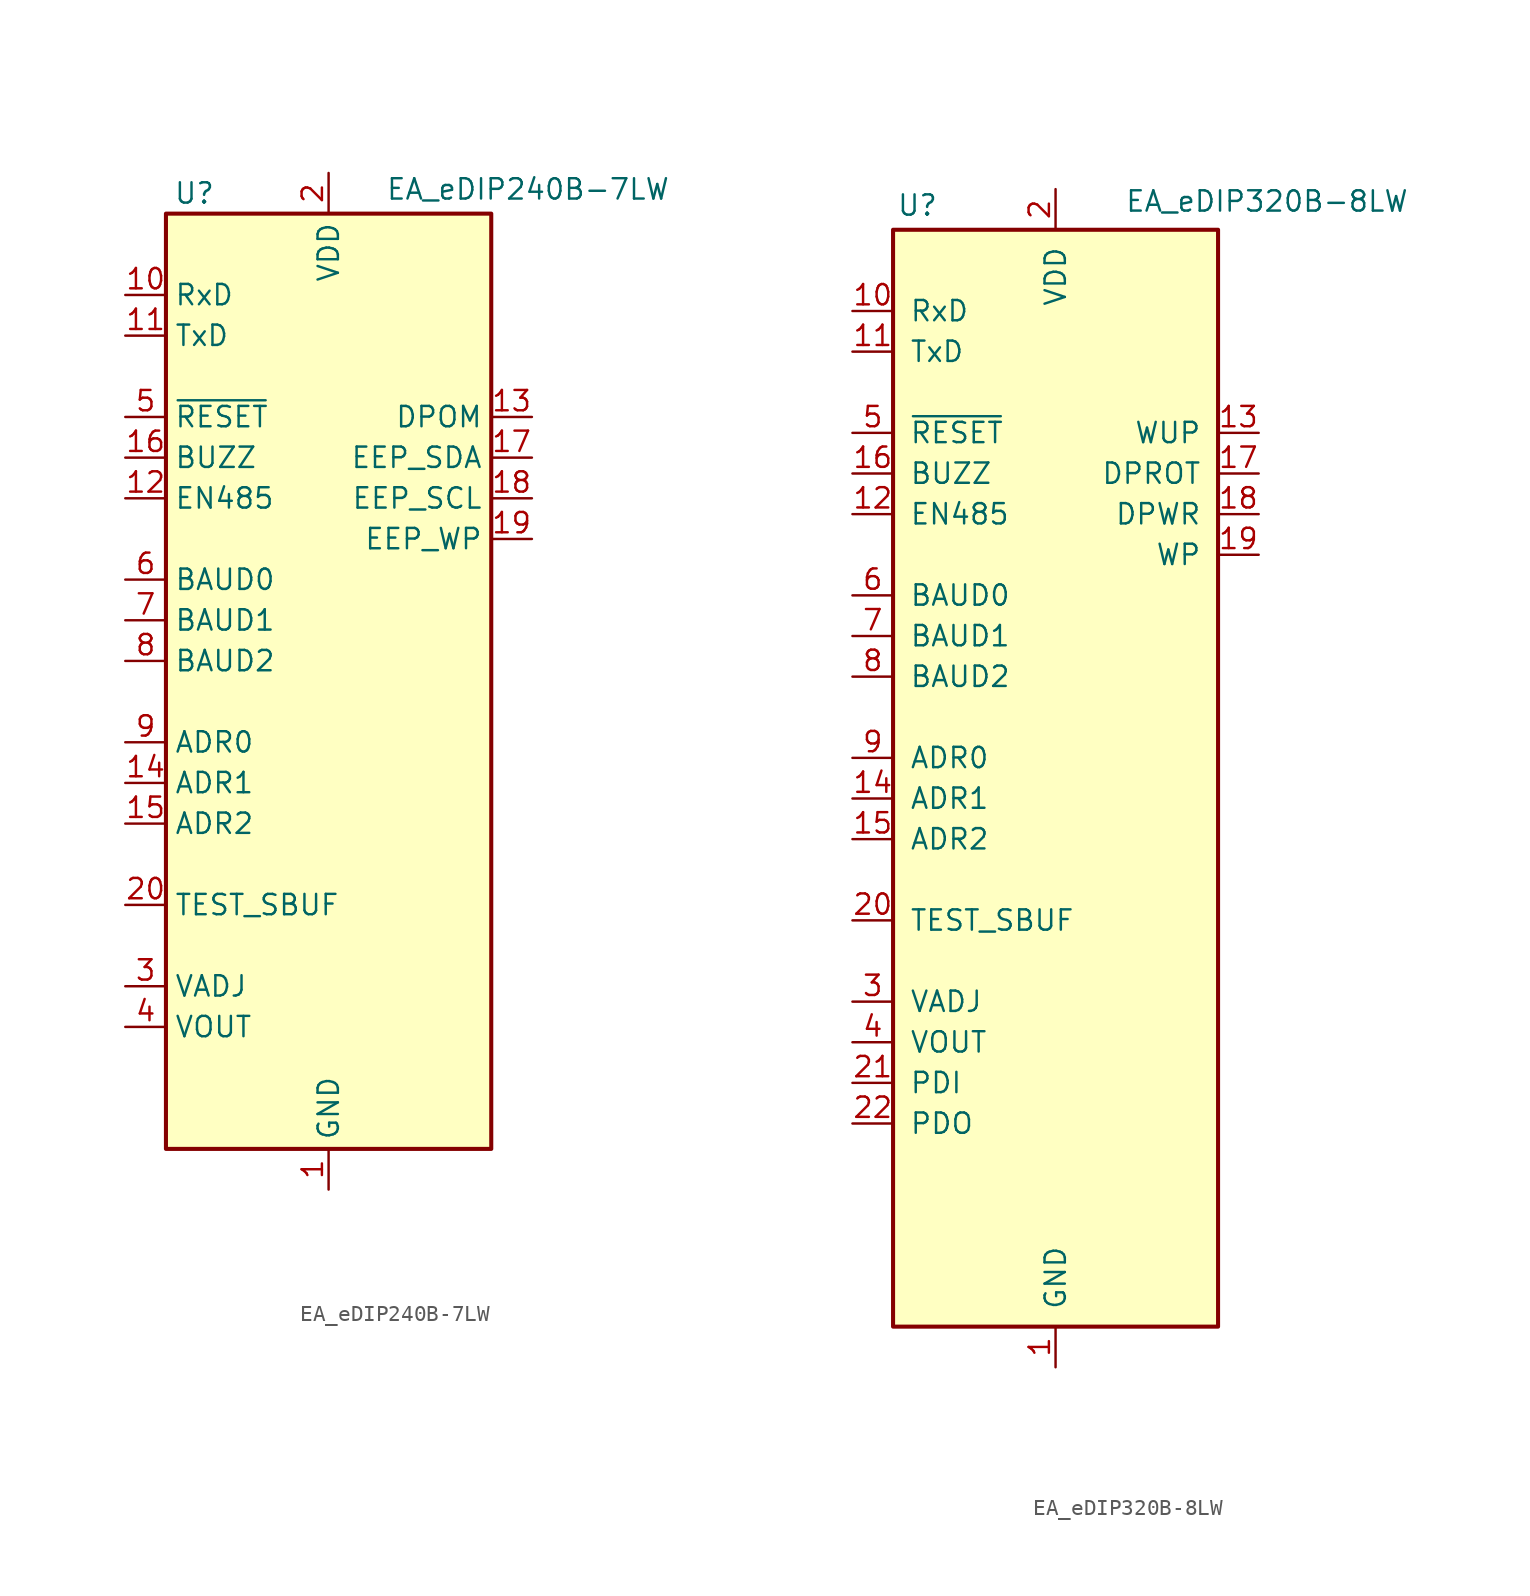
<source format=kicad_sym>
(kicad_symbol_lib
  (version 20231120)
  (generator "kicad_symbol_editor")
  (generator_version "8.0")
  (symbol "EA_eDIP240B-7LW"
    (property "Reference" "U"
      (at -8.382 29.21 0)
      (effects (font (size 1.27 1.27))))
    (property "Value" "EA_eDIP240B-7LW"
      (at 3.556 29.464 0)
      (effects (font (size 1.27 1.27)) (justify left)))
    (symbol "EA_eDIP240B-7LW_0_1"
      (rectangle (start -10.16 27.94) (end 10.16 -30.48) (stroke (width 0.254) (type default)) (fill (type background))))
    (symbol "EA_eDIP240B-7LW_1_1"
      (pin power_in line (at 0 -33.02 90) (length 2.54) (name "GND" (effects (font (size 1.27 1.27)))) (number "1" (effects (font (size 1.27 1.27)))))
      (pin input line (at -12.7 22.86 0) (length 2.54) (name "RxD" (effects (font (size 1.27 1.27)))) (number "10" (effects (font (size 1.27 1.27)))))
      (pin output line (at -12.7 20.32 0) (length 2.54) (name "TxD" (effects (font (size 1.27 1.27)))) (number "11" (effects (font (size 1.27 1.27)))))
      (pin output line (at -12.7 10.16 0) (length 2.54) (name "EN485" (effects (font (size 1.27 1.27)))) (number "12" (effects (font (size 1.27 1.27)))))
      (pin input line (at 12.7 15.24 180) (length 2.54) (name "DPOM" (effects (font (size 1.27 1.27)))) (number "13" (effects (font (size 1.27 1.27)))))
      (pin input line (at -12.7 -7.62 0) (length 2.54) (name "ADR1" (effects (font (size 1.27 1.27)))) (number "14" (effects (font (size 1.27 1.27)))))
      (pin input line (at -12.7 -10.16 0) (length 2.54) (name "ADR2" (effects (font (size 1.27 1.27)))) (number "15" (effects (font (size 1.27 1.27)))))
      (pin output line (at -12.7 12.7 0) (length 2.54) (name "BUZZ" (effects (font (size 1.27 1.27)))) (number "16" (effects (font (size 1.27 1.27)))))
      (pin bidirectional line (at 12.7 12.7 180) (length 2.54) (name "EEP_SDA" (effects (font (size 1.27 1.27)))) (number "17" (effects (font (size 1.27 1.27)))))
      (pin output line (at 12.7 10.16 180) (length 2.54) (name "EEP_SCL" (effects (font (size 1.27 1.27)))) (number "18" (effects (font (size 1.27 1.27)))))
      (pin input line (at 12.7 7.62 180) (length 2.54) (name "EEP_WP" (effects (font (size 1.27 1.27)))) (number "19" (effects (font (size 1.27 1.27)))))
      (pin power_in line (at 0 30.48 270) (length 2.54) (name "VDD" (effects (font (size 1.27 1.27)))) (number "2" (effects (font (size 1.27 1.27)))))
      (pin open_collector line (at -12.7 -15.24 0) (length 2.54) (name "TEST_SBUF" (effects (font (size 1.27 1.27)))) (number "20" (effects (font (size 1.27 1.27)))))
      (pin no_connect line (at -10.16 -25.4 0) (length 2.54) hide (name "NC" (effects (font (size 1.27 1.27)))) (number "21" (effects (font (size 1.27 1.27)))))
      (pin no_connect line (at -10.16 -27.94 0) (length 2.54) hide (name "NC" (effects (font (size 1.27 1.27)))) (number "22" (effects (font (size 1.27 1.27)))))
      (pin no_connect line (at 10.16 25.4 180) (length 2.54) hide (name "NC" (effects (font (size 1.27 1.27)))) (number "23" (effects (font (size 1.27 1.27)))))
      (pin no_connect line (at 10.16 22.86 180) (length 2.54) hide (name "NC" (effects (font (size 1.27 1.27)))) (number "24" (effects (font (size 1.27 1.27)))))
      (pin no_connect line (at 10.16 20.32 180) (length 2.54) hide (name "NC" (effects (font (size 1.27 1.27)))) (number "25" (effects (font (size 1.27 1.27)))))
      (pin no_connect line (at 10.16 17.78 180) (length 2.54) hide (name "NC" (effects (font (size 1.27 1.27)))) (number "26" (effects (font (size 1.27 1.27)))))
      (pin no_connect line (at 10.16 5.08 180) (length 2.54) hide (name "NC" (effects (font (size 1.27 1.27)))) (number "27" (effects (font (size 1.27 1.27)))))
      (pin no_connect line (at 10.16 2.54 180) (length 2.54) hide (name "NC" (effects (font (size 1.27 1.27)))) (number "28" (effects (font (size 1.27 1.27)))))
      (pin no_connect line (at 10.16 0 180) (length 2.54) hide (name "NC" (effects (font (size 1.27 1.27)))) (number "29" (effects (font (size 1.27 1.27)))))
      (pin input line (at -12.7 -20.32 0) (length 2.54) (name "VADJ" (effects (font (size 1.27 1.27)))) (number "3" (effects (font (size 1.27 1.27)))))
      (pin no_connect line (at 10.16 -2.54 180) (length 2.54) hide (name "NC" (effects (font (size 1.27 1.27)))) (number "30" (effects (font (size 1.27 1.27)))))
      (pin no_connect line (at 10.16 -5.08 180) (length 2.54) hide (name "NC" (effects (font (size 1.27 1.27)))) (number "31" (effects (font (size 1.27 1.27)))))
      (pin no_connect line (at 10.16 -7.62 180) (length 2.54) hide (name "NC" (effects (font (size 1.27 1.27)))) (number "32" (effects (font (size 1.27 1.27)))))
      (pin no_connect line (at 10.16 -10.16 180) (length 2.54) hide (name "NC" (effects (font (size 1.27 1.27)))) (number "33" (effects (font (size 1.27 1.27)))))
      (pin no_connect line (at 10.16 -12.7 180) (length 2.54) hide (name "NC" (effects (font (size 1.27 1.27)))) (number "34" (effects (font (size 1.27 1.27)))))
      (pin no_connect line (at 10.16 -15.24 180) (length 2.54) hide (name "NC" (effects (font (size 1.27 1.27)))) (number "35" (effects (font (size 1.27 1.27)))))
      (pin no_connect line (at 10.16 -17.78 180) (length 2.54) hide (name "NC" (effects (font (size 1.27 1.27)))) (number "36" (effects (font (size 1.27 1.27)))))
      (pin no_connect line (at 10.16 -20.32 180) (length 2.54) hide (name "NC" (effects (font (size 1.27 1.27)))) (number "37" (effects (font (size 1.27 1.27)))))
      (pin no_connect line (at 10.16 -22.86 180) (length 2.54) hide (name "NC" (effects (font (size 1.27 1.27)))) (number "38" (effects (font (size 1.27 1.27)))))
      (pin no_connect line (at 10.16 -25.4 180) (length 2.54) hide (name "NC" (effects (font (size 1.27 1.27)))) (number "39" (effects (font (size 1.27 1.27)))))
      (pin output line (at -12.7 -22.86 0) (length 2.54) (name "VOUT" (effects (font (size 1.27 1.27)))) (number "4" (effects (font (size 1.27 1.27)))))
      (pin no_connect line (at 10.16 -27.94 180) (length 2.54) hide (name "NC" (effects (font (size 1.27 1.27)))) (number "40" (effects (font (size 1.27 1.27)))))
      (pin input line (at -12.7 15.24 0) (length 2.54) (name "~{RESET}" (effects (font (size 1.27 1.27)))) (number "5" (effects (font (size 1.27 1.27)))))
      (pin input line (at -12.7 5.08 0) (length 2.54) (name "BAUD0" (effects (font (size 1.27 1.27)))) (number "6" (effects (font (size 1.27 1.27)))))
      (pin input line (at -12.7 2.54 0) (length 2.54) (name "BAUD1" (effects (font (size 1.27 1.27)))) (number "7" (effects (font (size 1.27 1.27)))))
      (pin input line (at -12.7 0 0) (length 2.54) (name "BAUD2" (effects (font (size 1.27 1.27)))) (number "8" (effects (font (size 1.27 1.27)))))
      (pin input line (at -12.7 -5.08 0) (length 2.54) (name "ADR0" (effects (font (size 1.27 1.27)))) (number "9" (effects (font (size 1.27 1.27)))))))
  (symbol "EA_eDIP320B-8LW"
    (pin_names
      (offset 1.016))
    (property "Reference" "U"
      (at -8.636 29.464 0)
      (effects (font (size 1.27 1.27))))
    (property "Value" "EA_eDIP320B-8LW"
      (at 4.318 29.718 0)
      (effects (font (size 1.27 1.27)) (justify left)))
    (symbol "EA_eDIP320B-8LW_0_1"
      (rectangle (start -10.16 27.94) (end 10.16 -40.64) (stroke (width 0.254) (type default)) (fill (type background))))
    (symbol "EA_eDIP320B-8LW_1_1"
      (pin power_in line (at 0 -43.18 90) (length 2.54) (name "GND" (effects (font (size 1.27 1.27)))) (number "1" (effects (font (size 1.27 1.27)))))
      (pin input line (at -12.7 22.86 0) (length 2.54) (name "RxD" (effects (font (size 1.27 1.27)))) (number "10" (effects (font (size 1.27 1.27)))))
      (pin output line (at -12.7 20.32 0) (length 2.54) (name "TxD" (effects (font (size 1.27 1.27)))) (number "11" (effects (font (size 1.27 1.27)))))
      (pin output line (at -12.7 10.16 0) (length 2.54) (name "EN485" (effects (font (size 1.27 1.27)))) (number "12" (effects (font (size 1.27 1.27)))))
      (pin input line (at 12.7 15.24 180) (length 2.54) (name "WUP" (effects (font (size 1.27 1.27)))) (number "13" (effects (font (size 1.27 1.27)))))
      (pin input line (at -12.7 -7.62 0) (length 2.54) (name "ADR1" (effects (font (size 1.27 1.27)))) (number "14" (effects (font (size 1.27 1.27)))))
      (pin input line (at -12.7 -10.16 0) (length 2.54) (name "ADR2" (effects (font (size 1.27 1.27)))) (number "15" (effects (font (size 1.27 1.27)))))
      (pin output line (at -12.7 12.7 0) (length 2.54) (name "BUZZ" (effects (font (size 1.27 1.27)))) (number "16" (effects (font (size 1.27 1.27)))))
      (pin input line (at 12.7 12.7 180) (length 2.54) (name "DPROT" (effects (font (size 1.27 1.27)))) (number "17" (effects (font (size 1.27 1.27)))))
      (pin output line (at 12.7 10.16 180) (length 2.54) (name "DPWR" (effects (font (size 1.27 1.27)))) (number "18" (effects (font (size 1.27 1.27)))))
      (pin input line (at 12.7 7.62 180) (length 2.54) (name "WP" (effects (font (size 1.27 1.27)))) (number "19" (effects (font (size 1.27 1.27)))))
      (pin power_in line (at 0 30.48 270) (length 2.54) (name "VDD" (effects (font (size 1.27 1.27)))) (number "2" (effects (font (size 1.27 1.27)))))
      (pin open_collector line (at -12.7 -15.24 0) (length 2.54) (name "TEST_SBUF" (effects (font (size 1.27 1.27)))) (number "20" (effects (font (size 1.27 1.27)))))
      (pin input line (at -12.7 -25.4 0) (length 2.54) (name "PDI" (effects (font (size 1.27 1.27)))) (number "21" (effects (font (size 1.27 1.27)))))
      (pin output line (at -12.7 -27.94 0) (length 2.54) (name "PDO" (effects (font (size 1.27 1.27)))) (number "22" (effects (font (size 1.27 1.27)))))
      (pin no_connect line (at -10.16 -30.48 0) (length 2.54) hide (name "NC" (effects (font (size 1.27 1.27)))) (number "23" (effects (font (size 1.27 1.27)))))
      (pin no_connect line (at -10.16 -33.02 0) (length 2.54) hide (name "NC" (effects (font (size 1.27 1.27)))) (number "24" (effects (font (size 1.27 1.27)))))
      (pin no_connect line (at -10.16 -35.56 0) (length 2.54) hide (name "NC" (effects (font (size 1.27 1.27)))) (number "25" (effects (font (size 1.27 1.27)))))
      (pin no_connect line (at -10.16 -38.1 0) (length 2.54) hide (name "NC" (effects (font (size 1.27 1.27)))) (number "26" (effects (font (size 1.27 1.27)))))
      (pin no_connect line (at 10.16 25.4 180) (length 2.54) hide (name "NC" (effects (font (size 1.27 1.27)))) (number "27" (effects (font (size 1.27 1.27)))))
      (pin no_connect line (at 10.16 22.86 180) (length 2.54) hide (name "NC" (effects (font (size 1.27 1.27)))) (number "28" (effects (font (size 1.27 1.27)))))
      (pin no_connect line (at 10.16 20.32 180) (length 2.54) hide (name "NC" (effects (font (size 1.27 1.27)))) (number "29" (effects (font (size 1.27 1.27)))))
      (pin input line (at -12.7 -20.32 0) (length 2.54) (name "VADJ" (effects (font (size 1.27 1.27)))) (number "3" (effects (font (size 1.27 1.27)))))
      (pin no_connect line (at 10.16 17.78 180) (length 2.54) hide (name "NC" (effects (font (size 1.27 1.27)))) (number "30" (effects (font (size 1.27 1.27)))))
      (pin no_connect line (at 10.16 5.08 180) (length 2.54) hide (name "NC" (effects (font (size 1.27 1.27)))) (number "31" (effects (font (size 1.27 1.27)))))
      (pin no_connect line (at 10.16 2.54 180) (length 2.54) hide (name "NC" (effects (font (size 1.27 1.27)))) (number "32" (effects (font (size 1.27 1.27)))))
      (pin no_connect line (at 10.16 0 180) (length 2.54) hide (name "NC" (effects (font (size 1.27 1.27)))) (number "33" (effects (font (size 1.27 1.27)))))
      (pin no_connect line (at 10.16 -2.54 180) (length 2.54) hide (name "NC" (effects (font (size 1.27 1.27)))) (number "34" (effects (font (size 1.27 1.27)))))
      (pin no_connect line (at 10.16 -5.08 180) (length 2.54) hide (name "NC" (effects (font (size 1.27 1.27)))) (number "35" (effects (font (size 1.27 1.27)))))
      (pin no_connect line (at 10.16 -7.62 180) (length 2.54) hide (name "NC" (effects (font (size 1.27 1.27)))) (number "36" (effects (font (size 1.27 1.27)))))
      (pin no_connect line (at 10.16 -10.16 180) (length 2.54) hide (name "NC" (effects (font (size 1.27 1.27)))) (number "37" (effects (font (size 1.27 1.27)))))
      (pin no_connect line (at 10.16 -12.7 180) (length 2.54) hide (name "NC" (effects (font (size 1.27 1.27)))) (number "38" (effects (font (size 1.27 1.27)))))
      (pin no_connect line (at 10.16 -15.24 180) (length 2.54) hide (name "NC" (effects (font (size 1.27 1.27)))) (number "39" (effects (font (size 1.27 1.27)))))
      (pin output line (at -12.7 -22.86 0) (length 2.54) (name "VOUT" (effects (font (size 1.27 1.27)))) (number "4" (effects (font (size 1.27 1.27)))))
      (pin no_connect line (at 10.16 -17.78 180) (length 2.54) hide (name "NC" (effects (font (size 1.27 1.27)))) (number "40" (effects (font (size 1.27 1.27)))))
      (pin no_connect line (at 10.16 -20.32 180) (length 2.54) hide (name "NC" (effects (font (size 1.27 1.27)))) (number "41" (effects (font (size 1.27 1.27)))))
      (pin no_connect line (at 10.16 -22.86 180) (length 2.54) hide (name "NC" (effects (font (size 1.27 1.27)))) (number "42" (effects (font (size 1.27 1.27)))))
      (pin no_connect line (at 10.16 -25.4 180) (length 2.54) hide (name "NC" (effects (font (size 1.27 1.27)))) (number "43" (effects (font (size 1.27 1.27)))))
      (pin no_connect line (at 10.16 -27.94 180) (length 2.54) hide (name "NC" (effects (font (size 1.27 1.27)))) (number "44" (effects (font (size 1.27 1.27)))))
      (pin no_connect line (at 10.16 -30.48 180) (length 2.54) hide (name "NC" (effects (font (size 1.27 1.27)))) (number "45" (effects (font (size 1.27 1.27)))))
      (pin no_connect line (at 10.16 -33.02 180) (length 2.54) hide (name "NC" (effects (font (size 1.27 1.27)))) (number "46" (effects (font (size 1.27 1.27)))))
      (pin no_connect line (at 10.16 -35.56 180) (length 2.54) hide (name "NC" (effects (font (size 1.27 1.27)))) (number "47" (effects (font (size 1.27 1.27)))))
      (pin input line (at -12.7 15.24 0) (length 2.54) (name "~{RESET}" (effects (font (size 1.27 1.27)))) (number "5" (effects (font (size 1.27 1.27)))))
      (pin input line (at -12.7 5.08 0) (length 2.54) (name "BAUD0" (effects (font (size 1.27 1.27)))) (number "6" (effects (font (size 1.27 1.27)))))
      (pin input line (at -12.7 2.54 0) (length 2.54) (name "BAUD1" (effects (font (size 1.27 1.27)))) (number "7" (effects (font (size 1.27 1.27)))))
      (pin no_connect line (at 10.16 -38.1 180) (length 2.54) hide (name "NC" (effects (font (size 1.27 1.27)))) (number "78" (effects (font (size 1.27 1.27)))))
      (pin input line (at -12.7 0 0) (length 2.54) (name "BAUD2" (effects (font (size 1.27 1.27)))) (number "8" (effects (font (size 1.27 1.27)))))
      (pin input line (at -12.7 -5.08 0) (length 2.54) (name "ADR0" (effects (font (size 1.27 1.27)))) (number "9" (effects (font (size 1.27 1.27))))))))
</source>
